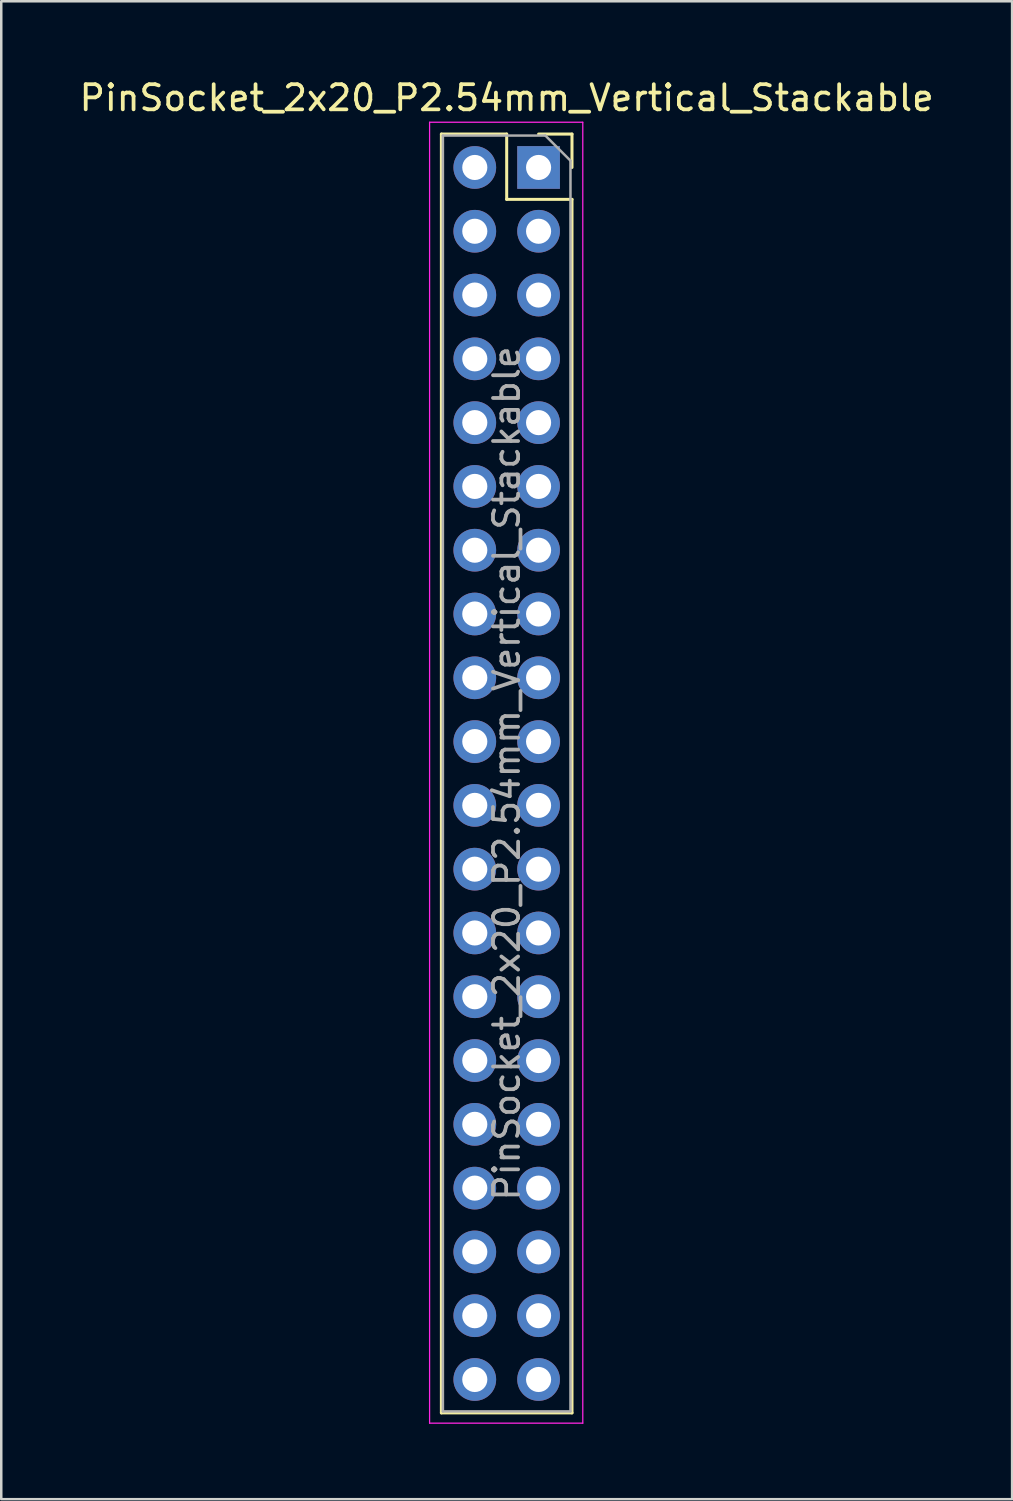
<source format=kicad_pcb>
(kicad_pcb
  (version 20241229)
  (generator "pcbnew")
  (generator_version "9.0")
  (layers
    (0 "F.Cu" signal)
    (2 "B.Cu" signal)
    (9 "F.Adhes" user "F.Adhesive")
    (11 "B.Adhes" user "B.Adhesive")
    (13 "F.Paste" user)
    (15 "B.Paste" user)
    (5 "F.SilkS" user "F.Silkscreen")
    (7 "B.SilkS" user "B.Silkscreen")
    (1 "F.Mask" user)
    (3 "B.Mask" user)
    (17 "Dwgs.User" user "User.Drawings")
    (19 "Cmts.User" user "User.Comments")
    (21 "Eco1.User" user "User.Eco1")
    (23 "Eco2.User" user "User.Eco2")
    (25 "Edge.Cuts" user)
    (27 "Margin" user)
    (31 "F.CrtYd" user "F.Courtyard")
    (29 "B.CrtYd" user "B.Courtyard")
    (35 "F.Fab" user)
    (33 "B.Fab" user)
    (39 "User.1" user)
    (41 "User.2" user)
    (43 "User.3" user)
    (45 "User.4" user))
  (footprint "PinSocket_2x20_P2.54mm_Vertical_Stackable"
    (layer "F.Cu")
    (at 18.395 3.618)
    (property "Reference" "PinSocket_2x20_P2.54mm_Vertical_Stackable" (at -1.27 -2.77 0) (layer "F.SilkS") (effects (font (size 1 1) (thickness 0.15))))
    (attr through_hole)
    (fp_line (start -3.87 -1.33) (end -3.87 49.59) (stroke (width 0.12) (type solid)) (layer "F.SilkS"))
    (fp_line (start -3.87 -1.33) (end -1.27 -1.33) (stroke (width 0.12) (type solid)) (layer "F.SilkS"))
    (fp_line (start -3.87 49.59) (end 1.33 49.59) (stroke (width 0.12) (type solid)) (layer "F.SilkS"))
    (fp_line (start -1.27 -1.33) (end -1.27 1.27) (stroke (width 0.12) (type solid)) (layer "F.SilkS"))
    (fp_line (start -1.27 1.27) (end 1.33 1.27) (stroke (width 0.12) (type solid)) (layer "F.SilkS"))
    (fp_line (start 0 -1.33) (end 1.33 -1.33) (stroke (width 0.12) (type solid)) (layer "F.SilkS"))
    (fp_line (start 1.33 -1.33) (end 1.33 0) (stroke (width 0.12) (type solid)) (layer "F.SilkS"))
    (fp_line (start 1.33 1.27) (end 1.33 49.59) (stroke (width 0.12) (type solid)) (layer "F.SilkS"))
    (fp_line (start -4.34 -1.8) (end 1.76 -1.8) (stroke (width 0.05) (type solid)) (layer "F.CrtYd"))
    (fp_line (start -4.34 50) (end -4.34 -1.8) (stroke (width 0.05) (type solid)) (layer "F.CrtYd"))
    (fp_line (start 1.76 -1.8) (end 1.76 50) (stroke (width 0.05) (type solid)) (layer "F.CrtYd"))
    (fp_line (start 1.76 50) (end -4.34 50) (stroke (width 0.05) (type solid)) (layer "F.CrtYd"))
    (fp_line (start -3.81 -1.27) (end 0.27 -1.27) (stroke (width 0.1) (type solid)) (layer "F.Fab"))
    (fp_line (start -3.81 49.53) (end -3.81 -1.27) (stroke (width 0.1) (type solid)) (layer "F.Fab"))
    (fp_line (start 0.27 -1.27) (end 1.27 -0.27) (stroke (width 0.1) (type solid)) (layer "F.Fab"))
    (fp_line (start 1.27 -0.27) (end 1.27 49.53) (stroke (width 0.1) (type solid)) (layer "F.Fab"))
    (fp_line (start 1.27 49.53) (end -3.81 49.53) (stroke (width 0.1) (type solid)) (layer "F.Fab"))
    (fp_text user "${REFERENCE}" (at -1.27 24.13 90) (layer "F.Fab") (effects (font (size 1 1) (thickness 0.15))))
    (pad "1" thru_hole rect (at 0 0) (size 1.7 1.7) (drill 1) (layers "*.Cu" "*.Mask"))
    (pad "2" thru_hole oval (at -2.54 0) (size 1.7 1.7) (drill 1) (layers "*.Cu" "*.Mask"))
    (pad "3" thru_hole oval (at 0 2.54) (size 1.7 1.7) (drill 1) (layers "*.Cu" "*.Mask"))
    (pad "4" thru_hole oval (at -2.54 2.54) (size 1.7 1.7) (drill 1) (layers "*.Cu" "*.Mask"))
    (pad "5" thru_hole oval (at 0 5.08) (size 1.7 1.7) (drill 1) (layers "*.Cu" "*.Mask"))
    (pad "6" thru_hole oval (at -2.54 5.08) (size 1.7 1.7) (drill 1) (layers "*.Cu" "*.Mask"))
    (pad "7" thru_hole oval (at 0 7.62) (size 1.7 1.7) (drill 1) (layers "*.Cu" "*.Mask"))
    (pad "8" thru_hole oval (at -2.54 7.62) (size 1.7 1.7) (drill 1) (layers "*.Cu" "*.Mask"))
    (pad "9" thru_hole oval (at 0 10.16) (size 1.7 1.7) (drill 1) (layers "*.Cu" "*.Mask"))
    (pad "10" thru_hole oval (at -2.54 10.16) (size 1.7 1.7) (drill 1) (layers "*.Cu" "*.Mask"))
    (pad "11" thru_hole oval (at 0 12.7) (size 1.7 1.7) (drill 1) (layers "*.Cu" "*.Mask"))
    (pad "12" thru_hole oval (at -2.54 12.7) (size 1.7 1.7) (drill 1) (layers "*.Cu" "*.Mask"))
    (pad "13" thru_hole oval (at 0 15.24) (size 1.7 1.7) (drill 1) (layers "*.Cu" "*.Mask"))
    (pad "14" thru_hole oval (at -2.54 15.24) (size 1.7 1.7) (drill 1) (layers "*.Cu" "*.Mask"))
    (pad "15" thru_hole oval (at 0 17.78) (size 1.7 1.7) (drill 1) (layers "*.Cu" "*.Mask"))
    (pad "16" thru_hole oval (at -2.54 17.78) (size 1.7 1.7) (drill 1) (layers "*.Cu" "*.Mask"))
    (pad "17" thru_hole oval (at 0 20.32) (size 1.7 1.7) (drill 1) (layers "*.Cu" "*.Mask"))
    (pad "18" thru_hole oval (at -2.54 20.32) (size 1.7 1.7) (drill 1) (layers "*.Cu" "*.Mask"))
    (pad "19" thru_hole oval (at 0 22.86) (size 1.7 1.7) (drill 1) (layers "*.Cu" "*.Mask"))
    (pad "20" thru_hole oval (at -2.54 22.86) (size 1.7 1.7) (drill 1) (layers "*.Cu" "*.Mask"))
    (pad "21" thru_hole oval (at 0 25.4) (size 1.7 1.7) (drill 1) (layers "*.Cu" "*.Mask"))
    (pad "22" thru_hole oval (at -2.54 25.4) (size 1.7 1.7) (drill 1) (layers "*.Cu" "*.Mask"))
    (pad "23" thru_hole oval (at 0 27.94) (size 1.7 1.7) (drill 1) (layers "*.Cu" "*.Mask"))
    (pad "24" thru_hole oval (at -2.54 27.94) (size 1.7 1.7) (drill 1) (layers "*.Cu" "*.Mask"))
    (pad "25" thru_hole oval (at 0 30.48) (size 1.7 1.7) (drill 1) (layers "*.Cu" "*.Mask"))
    (pad "26" thru_hole oval (at -2.54 30.48) (size 1.7 1.7) (drill 1) (layers "*.Cu" "*.Mask"))
    (pad "27" thru_hole oval (at 0 33.02) (size 1.7 1.7) (drill 1) (layers "*.Cu" "*.Mask"))
    (pad "28" thru_hole oval (at -2.54 33.02) (size 1.7 1.7) (drill 1) (layers "*.Cu" "*.Mask"))
    (pad "29" thru_hole oval (at 0 35.56) (size 1.7 1.7) (drill 1) (layers "*.Cu" "*.Mask"))
    (pad "30" thru_hole oval (at -2.54 35.56) (size 1.7 1.7) (drill 1) (layers "*.Cu" "*.Mask"))
    (pad "31" thru_hole oval (at 0 38.1) (size 1.7 1.7) (drill 1) (layers "*.Cu" "*.Mask"))
    (pad "32" thru_hole oval (at -2.54 38.1) (size 1.7 1.7) (drill 1) (layers "*.Cu" "*.Mask"))
    (pad "33" thru_hole oval (at 0 40.64) (size 1.7 1.7) (drill 1) (layers "*.Cu" "*.Mask"))
    (pad "34" thru_hole oval (at -2.54 40.64) (size 1.7 1.7) (drill 1) (layers "*.Cu" "*.Mask"))
    (pad "35" thru_hole oval (at 0 43.18) (size 1.7 1.7) (drill 1) (layers "*.Cu" "*.Mask"))
    (pad "36" thru_hole oval (at -2.54 43.18) (size 1.7 1.7) (drill 1) (layers "*.Cu" "*.Mask"))
    (pad "37" thru_hole oval (at 0 45.72) (size 1.7 1.7) (drill 1) (layers "*.Cu" "*.Mask"))
    (pad "38" thru_hole oval (at -2.54 45.72) (size 1.7 1.7) (drill 1) (layers "*.Cu" "*.Mask"))
    (pad "39" thru_hole oval (at 0 48.26) (size 1.7 1.7) (drill 1) (layers "*.Cu" "*.Mask"))
    (pad "40" thru_hole oval (at -2.54 48.26) (size 1.7 1.7) (drill 1) (layers "*.Cu" "*.Mask")))
  (gr_rect
    (start -3 -3)
    (end 37.25 56.643)
    (stroke (width 0.1) (type default))
    (fill no)
    (layer "Edge.Cuts")))
</source>
